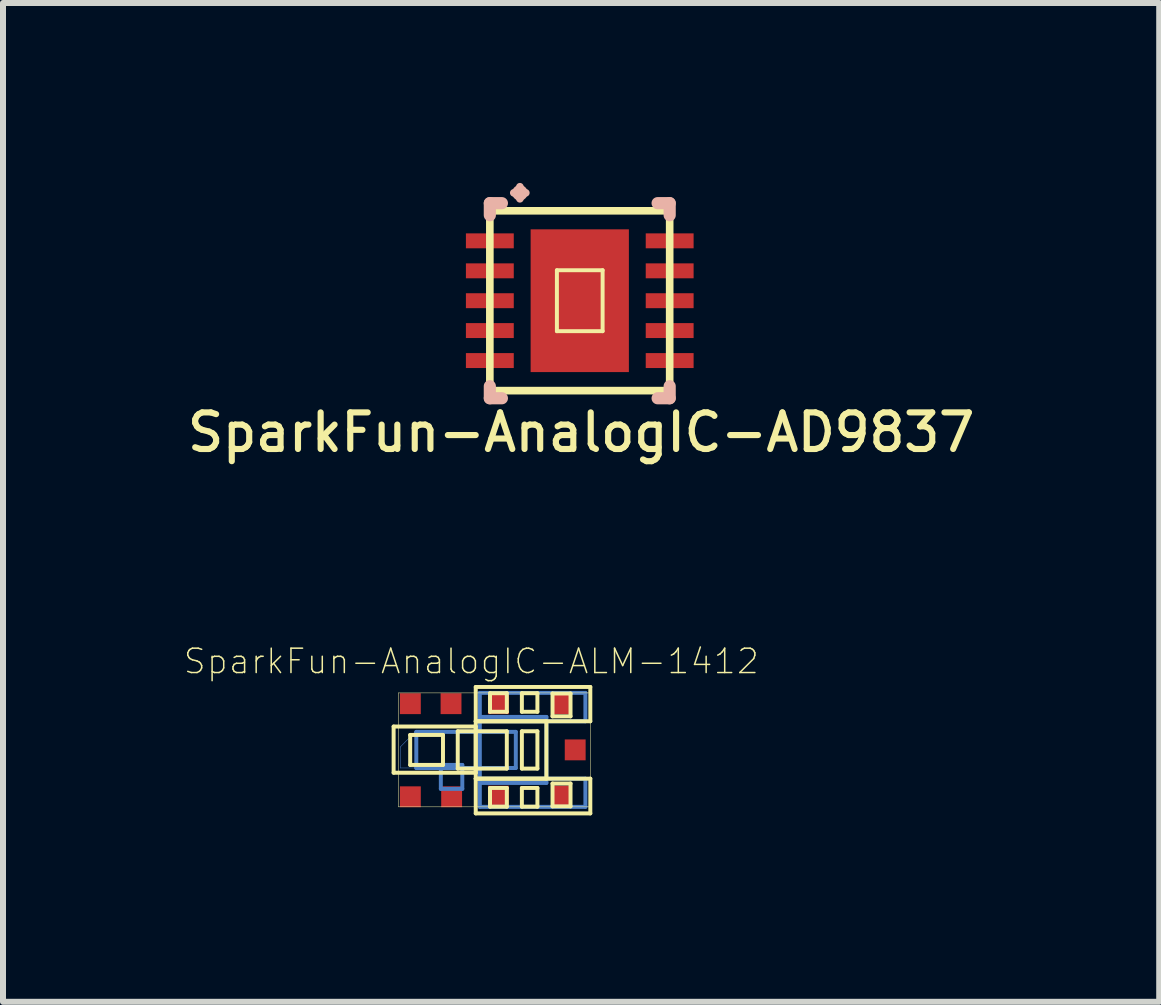
<source format=kicad_pcb>
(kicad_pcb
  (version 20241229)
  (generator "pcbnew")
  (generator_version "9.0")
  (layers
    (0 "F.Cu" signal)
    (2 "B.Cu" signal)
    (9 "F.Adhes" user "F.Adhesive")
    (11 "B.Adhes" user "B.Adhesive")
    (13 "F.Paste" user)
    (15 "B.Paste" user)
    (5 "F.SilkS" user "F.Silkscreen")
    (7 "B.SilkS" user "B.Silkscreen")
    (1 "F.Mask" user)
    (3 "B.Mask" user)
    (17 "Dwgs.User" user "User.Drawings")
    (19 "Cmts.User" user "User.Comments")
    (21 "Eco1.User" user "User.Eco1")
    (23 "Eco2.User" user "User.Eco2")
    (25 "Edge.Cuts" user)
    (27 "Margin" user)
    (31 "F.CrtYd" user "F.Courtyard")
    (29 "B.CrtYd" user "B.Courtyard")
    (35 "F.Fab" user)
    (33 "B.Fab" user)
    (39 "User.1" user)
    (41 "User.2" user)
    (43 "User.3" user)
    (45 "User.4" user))
  (footprint "SparkFun-AnalogIC-AD9837"
    (layer "F.Cu")
    (at 6.615 1.963)
    (property "Reference" "SparkFun-AnalogIC-AD9837" (at 0.023 2.195 0) (layer "F.SilkS") (effects (font (size 0.61 0.61) (thickness 0.102))))
    (attr smd)
    (fp_line (start -1.499 -1.499) (end -1.499 1.499) (stroke (width 0.127) (type solid)) (layer "F.SilkS"))
    (fp_line (start -1.499 1.499) (end 1.499 1.499) (stroke (width 0.127) (type solid)) (layer "F.SilkS"))
    (fp_line (start -0.381 -0.508) (end 0.381 -0.508) (stroke (width 0.066) (type solid)) (layer "F.SilkS"))
    (fp_line (start -0.381 0.508) (end -0.381 -0.508) (stroke (width 0.066) (type solid)) (layer "F.SilkS"))
    (fp_line (start -0.381 0.508) (end 0.381 0.508) (stroke (width 0.066) (type solid)) (layer "F.SilkS"))
    (fp_line (start 0.381 0.508) (end 0.381 -0.508) (stroke (width 0.066) (type solid)) (layer "F.SilkS"))
    (fp_line (start 1.499 -1.499) (end -1.499 -1.499) (stroke (width 0.127) (type solid)) (layer "F.SilkS"))
    (fp_line (start 1.499 1.499) (end 1.499 -1.499) (stroke (width 0.127) (type solid)) (layer "F.SilkS"))
    (fp_line (start -1.499 -1.626) (end -1.499 -1.425) (stroke (width 0.203) (type solid)) (layer "B.SilkS"))
    (fp_line (start -1.499 -1.626) (end -1.298 -1.626) (stroke (width 0.203) (type solid)) (layer "B.SilkS"))
    (fp_line (start -1.499 1.626) (end -1.499 1.425) (stroke (width 0.203) (type solid)) (layer "B.SilkS"))
    (fp_line (start -1.499 1.626) (end -1.298 1.626) (stroke (width 0.203) (type solid)) (layer "B.SilkS"))
    (fp_line (start -0.998 -1.699) (end -0.998 -1.9) (stroke (width 0.127) (type solid)) (layer "B.SilkS"))
    (fp_line (start -0.899 -1.798) (end -1.1 -1.798) (stroke (width 0.127) (type solid)) (layer "B.SilkS"))
    (fp_line (start 1.499 -1.626) (end 1.298 -1.626) (stroke (width 0.203) (type solid)) (layer "B.SilkS"))
    (fp_line (start 1.499 -1.626) (end 1.499 -1.425) (stroke (width 0.203) (type solid)) (layer "B.SilkS"))
    (fp_line (start 1.499 1.626) (end 1.298 1.626) (stroke (width 0.203) (type solid)) (layer "B.SilkS"))
    (fp_line (start 1.499 1.626) (end 1.499 1.425) (stroke (width 0.203) (type solid)) (layer "B.SilkS"))
    (fp_circle (center -0.998 -1.798) (end -1.067 -1.867) (stroke (width 0.064) (type solid)) (fill no) (layer "B.SilkS"))
    (pad "P$0" smd rect (at 0 0 270) (size 2.38 1.638) (layers "F.Cu" "F.Mask" "F.Paste"))
    (pad "P$1" smd rect (at -1.499 -0.998 270) (size 0.249 0.798) (layers "F.Cu" "F.Mask" "F.Paste"))
    (pad "P$2" smd rect (at -1.499 -0.498 270) (size 0.249 0.798) (layers "F.Cu" "F.Mask" "F.Paste"))
    (pad "P$3" smd rect (at -1.499 0 270) (size 0.249 0.798) (layers "F.Cu" "F.Mask" "F.Paste"))
    (pad "P$4" smd rect (at -1.499 0.498 270) (size 0.249 0.798) (layers "F.Cu" "F.Mask" "F.Paste"))
    (pad "P$5" smd rect (at -1.499 0.998 270) (size 0.249 0.798) (layers "F.Cu" "F.Mask" "F.Paste"))
    (pad "P$6" smd rect (at 1.499 0.998 270) (size 0.249 0.798) (layers "F.Cu" "F.Mask" "F.Paste"))
    (pad "P$7" smd rect (at 1.499 0.498 270) (size 0.249 0.798) (layers "F.Cu" "F.Mask" "F.Paste"))
    (pad "P$8" smd rect (at 1.499 0 270) (size 0.249 0.798) (layers "F.Cu" "F.Mask" "F.Paste"))
    (pad "P$9" smd rect (at 1.499 -0.498 270) (size 0.249 0.798) (layers "F.Cu" "F.Mask" "F.Paste"))
    (pad "P$10" smd rect (at 1.499 -0.998 270) (size 0.249 0.798) (layers "F.Cu" "F.Mask" "F.Paste")))
  (footprint "SparkFun-AnalogIC-ALM-1412"
    (layer "F.Cu")
    (at 3.791 10.401)
    (property "Reference" "SparkFun-AnalogIC-ALM-1412" (at 1.016 -2.426 0) (layer "F.SilkS") (effects (font (size 0.406 0.406) (thickness 0.025))))
    (attr smd)
    (fp_line (start -0.168 -0.998) (end 0.079 -1.25) (stroke (width 0.008) (type solid)) (layer "B.Cu"))
    (fp_line (start -0.168 -0.648) (end -0.168 -0.998) (stroke (width 0.008) (type solid)) (layer "B.Cu"))
    (fp_line (start 0.079 -1.25) (end 0.099 -1.25) (stroke (width 0.008) (type solid)) (layer "B.Cu"))
    (fp_line (start 0.099 -1.25) (end 0.099 -0.648) (stroke (width 0.008) (type solid)) (layer "B.Cu"))
    (fp_line (start 0.099 -1.25) (end 1.758 -1.25) (stroke (width 0.066) (type solid)) (layer "B.Cu"))
    (fp_line (start 0.099 -0.648) (end -0.168 -0.648) (stroke (width 0.008) (type solid)) (layer "B.Cu"))
    (fp_line (start 0.099 -0.648) (end 0.099 -1.25) (stroke (width 0.066) (type solid)) (layer "B.Cu"))
    (fp_line (start 0.099 -0.648) (end 1.758 -0.648) (stroke (width 0.066) (type solid)) (layer "B.Cu"))
    (fp_line (start 0.508 -0.699) (end 0.866 -0.699) (stroke (width 0.066) (type solid)) (layer "B.Cu"))
    (fp_line (start 0.508 -0.3) (end 0.508 -0.699) (stroke (width 0.066) (type solid)) (layer "B.Cu"))
    (fp_line (start 0.508 -0.3) (end 0.866 -0.3) (stroke (width 0.066) (type solid)) (layer "B.Cu"))
    (fp_line (start 0.866 -0.3) (end 0.866 -0.699) (stroke (width 0.066) (type solid)) (layer "B.Cu"))
    (fp_line (start 1.158 -1.9) (end 2.918 -1.9) (stroke (width 0.066) (type solid)) (layer "B.Cu"))
    (fp_line (start 1.158 -1.499) (end 2.268 -1.499) (stroke (width 0.066) (type solid)) (layer "B.Cu"))
    (fp_line (start 1.158 -1.427) (end 1.158 -1.9) (stroke (width 0.066) (type solid)) (layer "B.Cu"))
    (fp_line (start 1.158 -1.427) (end 2.918 -1.427) (stroke (width 0.066) (type solid)) (layer "B.Cu"))
    (fp_line (start 1.158 -0.47) (end 2.918 -0.47) (stroke (width 0.066) (type solid)) (layer "B.Cu"))
    (fp_line (start 1.158 -0.399) (end 1.158 -1.499) (stroke (width 0.066) (type solid)) (layer "B.Cu"))
    (fp_line (start 1.158 -0.399) (end 2.268 -0.399) (stroke (width 0.066) (type solid)) (layer "B.Cu"))
    (fp_line (start 1.158 0) (end 1.158 -0.47) (stroke (width 0.066) (type solid)) (layer "B.Cu"))
    (fp_line (start 1.158 0) (end 2.918 0) (stroke (width 0.066) (type solid)) (layer "B.Cu"))
    (fp_line (start 1.758 -0.648) (end 1.758 -1.25) (stroke (width 0.066) (type solid)) (layer "B.Cu"))
    (fp_line (start 2.268 -0.399) (end 2.268 -1.499) (stroke (width 0.066) (type solid)) (layer "B.Cu"))
    (fp_line (start 2.918 -1.427) (end 2.918 -1.9) (stroke (width 0.066) (type solid)) (layer "B.Cu"))
    (fp_line (start 2.918 0) (end 2.918 -0.47) (stroke (width 0.066) (type solid)) (layer "B.Cu"))
    (fp_line (start -0.279 -1.339) (end 1.09 -1.339) (stroke (width 0.066) (type solid)) (layer "F.SilkS"))
    (fp_line (start -0.279 -0.569) (end -0.279 -1.339) (stroke (width 0.066) (type solid)) (layer "F.SilkS"))
    (fp_line (start -0.279 -0.569) (end 1.09 -0.569) (stroke (width 0.066) (type solid)) (layer "F.SilkS"))
    (fp_line (start -0.198 -1.9) (end 3 -1.9) (stroke (width 0.008) (type solid)) (layer "F.SilkS"))
    (fp_line (start -0.198 0) (end -0.198 -1.9) (stroke (width 0.008) (type solid)) (layer "F.SilkS"))
    (fp_line (start -0.003 -1.199) (end 0.544 -1.199) (stroke (width 0.066) (type solid)) (layer "F.SilkS"))
    (fp_line (start -0.003 -0.699) (end -0.003 -1.199) (stroke (width 0.066) (type solid)) (layer "F.SilkS"))
    (fp_line (start -0.003 -0.699) (end 0.544 -0.699) (stroke (width 0.066) (type solid)) (layer "F.SilkS"))
    (fp_line (start 0.544 -0.699) (end 0.544 -1.199) (stroke (width 0.066) (type solid)) (layer "F.SilkS"))
    (fp_line (start 0.79 -1.26) (end 1.608 -1.26) (stroke (width 0.066) (type solid)) (layer "F.SilkS"))
    (fp_line (start 0.79 -0.638) (end 0.79 -1.26) (stroke (width 0.066) (type solid)) (layer "F.SilkS"))
    (fp_line (start 0.79 -0.638) (end 1.608 -0.638) (stroke (width 0.066) (type solid)) (layer "F.SilkS"))
    (fp_line (start 1.09 -1.999) (end 3 -1.999) (stroke (width 0.066) (type solid)) (layer "F.SilkS"))
    (fp_line (start 1.09 -1.427) (end 1.09 -1.999) (stroke (width 0.066) (type solid)) (layer "F.SilkS"))
    (fp_line (start 1.09 -1.427) (end 2.268 -1.427) (stroke (width 0.066) (type solid)) (layer "F.SilkS"))
    (fp_line (start 1.09 -1.427) (end 3 -1.427) (stroke (width 0.066) (type solid)) (layer "F.SilkS"))
    (fp_line (start 1.09 -0.569) (end 1.09 -1.339) (stroke (width 0.066) (type solid)) (layer "F.SilkS"))
    (fp_line (start 1.09 -0.47) (end 1.09 -1.427) (stroke (width 0.066) (type solid)) (layer "F.SilkS"))
    (fp_line (start 1.09 -0.47) (end 2.268 -0.47) (stroke (width 0.066) (type solid)) (layer "F.SilkS"))
    (fp_line (start 1.09 -0.47) (end 3 -0.47) (stroke (width 0.066) (type solid)) (layer "F.SilkS"))
    (fp_line (start 1.09 0.109) (end 1.09 -0.47) (stroke (width 0.066) (type solid)) (layer "F.SilkS"))
    (fp_line (start 1.09 0.109) (end 3 0.109) (stroke (width 0.066) (type solid)) (layer "F.SilkS"))
    (fp_line (start 1.328 -1.895) (end 1.608 -1.895) (stroke (width 0.066) (type solid)) (layer "F.SilkS"))
    (fp_line (start 1.328 -1.585) (end 1.328 -1.895) (stroke (width 0.066) (type solid)) (layer "F.SilkS"))
    (fp_line (start 1.328 -1.585) (end 1.608 -1.585) (stroke (width 0.066) (type solid)) (layer "F.SilkS"))
    (fp_line (start 1.328 -0.315) (end 1.608 -0.315) (stroke (width 0.066) (type solid)) (layer "F.SilkS"))
    (fp_line (start 1.328 -0.003) (end 1.328 -0.315) (stroke (width 0.066) (type solid)) (layer "F.SilkS"))
    (fp_line (start 1.328 -0.003) (end 1.608 -0.003) (stroke (width 0.066) (type solid)) (layer "F.SilkS"))
    (fp_line (start 1.608 -1.585) (end 1.608 -1.895) (stroke (width 0.066) (type solid)) (layer "F.SilkS"))
    (fp_line (start 1.608 -0.638) (end 1.608 -1.26) (stroke (width 0.066) (type solid)) (layer "F.SilkS"))
    (fp_line (start 1.608 -0.003) (end 1.608 -0.315) (stroke (width 0.066) (type solid)) (layer "F.SilkS"))
    (fp_line (start 1.859 -1.895) (end 2.118 -1.895) (stroke (width 0.066) (type solid)) (layer "F.SilkS"))
    (fp_line (start 1.859 -1.585) (end 1.859 -1.895) (stroke (width 0.066) (type solid)) (layer "F.SilkS"))
    (fp_line (start 1.859 -1.585) (end 2.118 -1.585) (stroke (width 0.066) (type solid)) (layer "F.SilkS"))
    (fp_line (start 1.859 -1.26) (end 2.118 -1.26) (stroke (width 0.066) (type solid)) (layer "F.SilkS"))
    (fp_line (start 1.859 -0.638) (end 1.859 -1.26) (stroke (width 0.066) (type solid)) (layer "F.SilkS"))
    (fp_line (start 1.859 -0.638) (end 2.118 -0.638) (stroke (width 0.066) (type solid)) (layer "F.SilkS"))
    (fp_line (start 1.859 -0.315) (end 2.118 -0.315) (stroke (width 0.066) (type solid)) (layer "F.SilkS"))
    (fp_line (start 1.859 -0.003) (end 1.859 -0.315) (stroke (width 0.066) (type solid)) (layer "F.SilkS"))
    (fp_line (start 1.859 -0.003) (end 2.118 -0.003) (stroke (width 0.066) (type solid)) (layer "F.SilkS"))
    (fp_line (start 2.118 -1.585) (end 2.118 -1.895) (stroke (width 0.066) (type solid)) (layer "F.SilkS"))
    (fp_line (start 2.118 -0.638) (end 2.118 -1.26) (stroke (width 0.066) (type solid)) (layer "F.SilkS"))
    (fp_line (start 2.118 -0.003) (end 2.118 -0.315) (stroke (width 0.066) (type solid)) (layer "F.SilkS"))
    (fp_line (start 2.268 -0.47) (end 2.268 -1.427) (stroke (width 0.066) (type solid)) (layer "F.SilkS"))
    (fp_line (start 2.37 -1.89) (end 2.67 -1.89) (stroke (width 0.066) (type solid)) (layer "F.SilkS"))
    (fp_line (start 2.37 -1.509) (end 2.37 -1.89) (stroke (width 0.066) (type solid)) (layer "F.SilkS"))
    (fp_line (start 2.37 -1.509) (end 2.67 -1.509) (stroke (width 0.066) (type solid)) (layer "F.SilkS"))
    (fp_line (start 2.37 -0.389) (end 2.67 -0.389) (stroke (width 0.066) (type solid)) (layer "F.SilkS"))
    (fp_line (start 2.37 -0.008) (end 2.37 -0.389) (stroke (width 0.066) (type solid)) (layer "F.SilkS"))
    (fp_line (start 2.37 -0.008) (end 2.67 -0.008) (stroke (width 0.066) (type solid)) (layer "F.SilkS"))
    (fp_line (start 2.67 -1.509) (end 2.67 -1.89) (stroke (width 0.066) (type solid)) (layer "F.SilkS"))
    (fp_line (start 2.67 -0.008) (end 2.67 -0.389) (stroke (width 0.066) (type solid)) (layer "F.SilkS"))
    (fp_line (start 3 -1.9) (end 3 0) (stroke (width 0.008) (type solid)) (layer "F.SilkS"))
    (fp_line (start 3 -1.427) (end 3 -1.999) (stroke (width 0.066) (type solid)) (layer "F.SilkS"))
    (fp_line (start 3 0) (end -0.198 0) (stroke (width 0.008) (type solid)) (layer "F.SilkS"))
    (fp_line (start 3 0.109) (end 3 -0.47) (stroke (width 0.066) (type solid)) (layer "F.SilkS"))
    (pad "1" smd rect (at 0 -0.168) (size 0.348 0.348) (layers "F.Cu" "F.Mask" "F.Paste"))
    (pad "2" smd rect (at 0.688 -0.168) (size 0.348 0.348) (layers "F.Cu" "F.Mask" "F.Paste"))
    (pad "3" smd rect (at 2.748 -0.95) (size 0.348 0.348) (layers "F.Cu" "F.Mask" "F.Paste"))
    (pad "4" smd rect (at 0.678 -1.72) (size 0.348 0.348) (layers "F.Cu" "F.Mask" "F.Paste"))
    (pad "5" smd rect (at 0 -1.72) (size 0.348 0.348) (layers "F.Cu" "F.Mask" "F.Paste"))
    (pad "6" smd rect (at 1.468 -0.178) (size 0.348 0.348) (layers "F.Cu" "F.Mask" "F.Paste"))
    (pad "7" smd rect (at 2.52 -0.178) (size 0.348 0.348) (layers "F.Cu" "F.Mask" "F.Paste"))
    (pad "8" smd rect (at 2.52 -1.72) (size 0.348 0.348) (layers "F.Cu" "F.Mask" "F.Paste"))
    (pad "9" smd rect (at 1.468 -1.72) (size 0.348 0.348) (layers "F.Cu" "F.Mask" "F.Paste")))
  (gr_rect
    (start -3 -3)
    (end 16.275 13.651)
    (stroke (width 0.1) (type default))
    (fill no)
    (layer "Edge.Cuts")))
</source>
